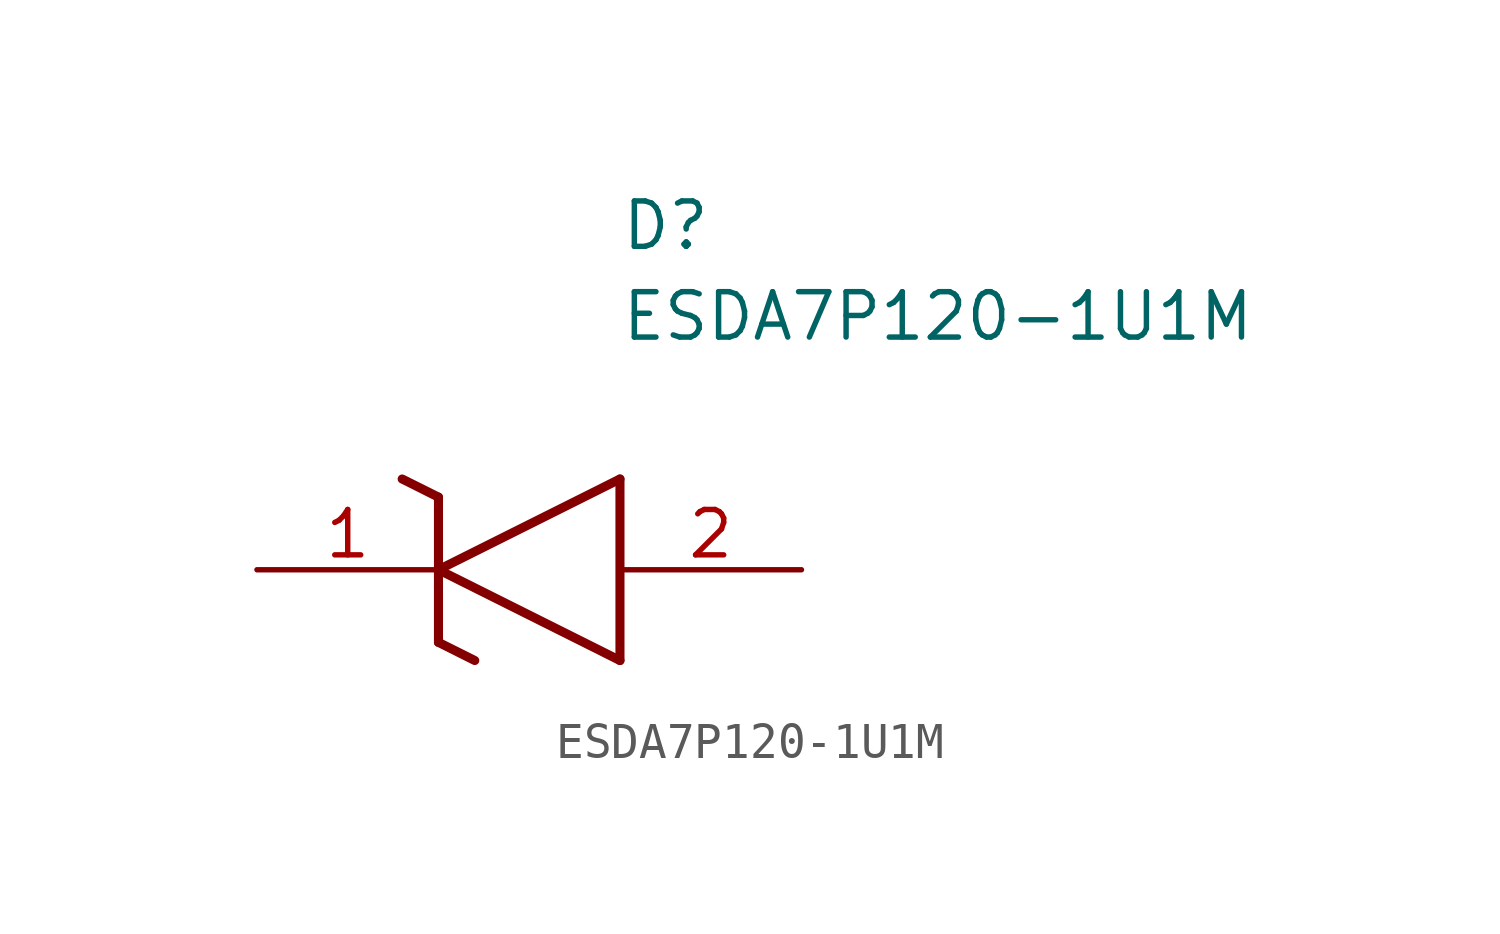
<source format=kicad_sym>
(kicad_symbol_lib
  (version 20211014)
  (generator SamacSys_ECAD_Model)
  (symbol "ESDA7P120-1U1M"
    (pin_names hide)
    (property "Reference" "D"
      (at 10.16 8.89 0)
      (effects (font (size 1.27 1.27)) (justify left bottom)))
    (property "Value" "ESDA7P120-1U1M"
      (at 10.16 6.35 0)
      (effects (font (size 1.27 1.27)) (justify left bottom)))
    (polyline
      (pts (xy 5.08 0) (xy 10.16 2.54))
      (stroke (width 0.254) (type default))
      (fill (type none)))
    (polyline
      (pts (xy 10.16 -2.54) (xy 10.16 2.54))
      (stroke (width 0.254) (type default))
      (fill (type none)))
    (polyline
      (pts (xy 10.16 -2.54) (xy 5.08 0))
      (stroke (width 0.254) (type default))
      (fill (type none)))
    (polyline
      (pts (xy 5.08 -2.032) (xy 6.096 -2.54))
      (stroke (width 0.254) (type default))
      (fill (type none)))
    (polyline
      (pts (xy 5.08 -2.032) (xy 5.08 2.032))
      (stroke (width 0.254) (type default))
      (fill (type none)))
    (polyline
      (pts (xy 4.064 2.54) (xy 5.08 2.032))
      (stroke (width 0.254) (type default))
      (fill (type none)))
    (pin passive line
      (at 0 0 0)
      (length 5.08)
      (name "K" (effects (font (size 1.27 1.27))))
      (number "1" (effects (font (size 1.27 1.27)))))
    (pin passive line
      (at 15.24 0 180)
      (length 5.08)
      (name "A" (effects (font (size 1.27 1.27))))
      (number "2" (effects (font (size 1.27 1.27)))))))
</source>
